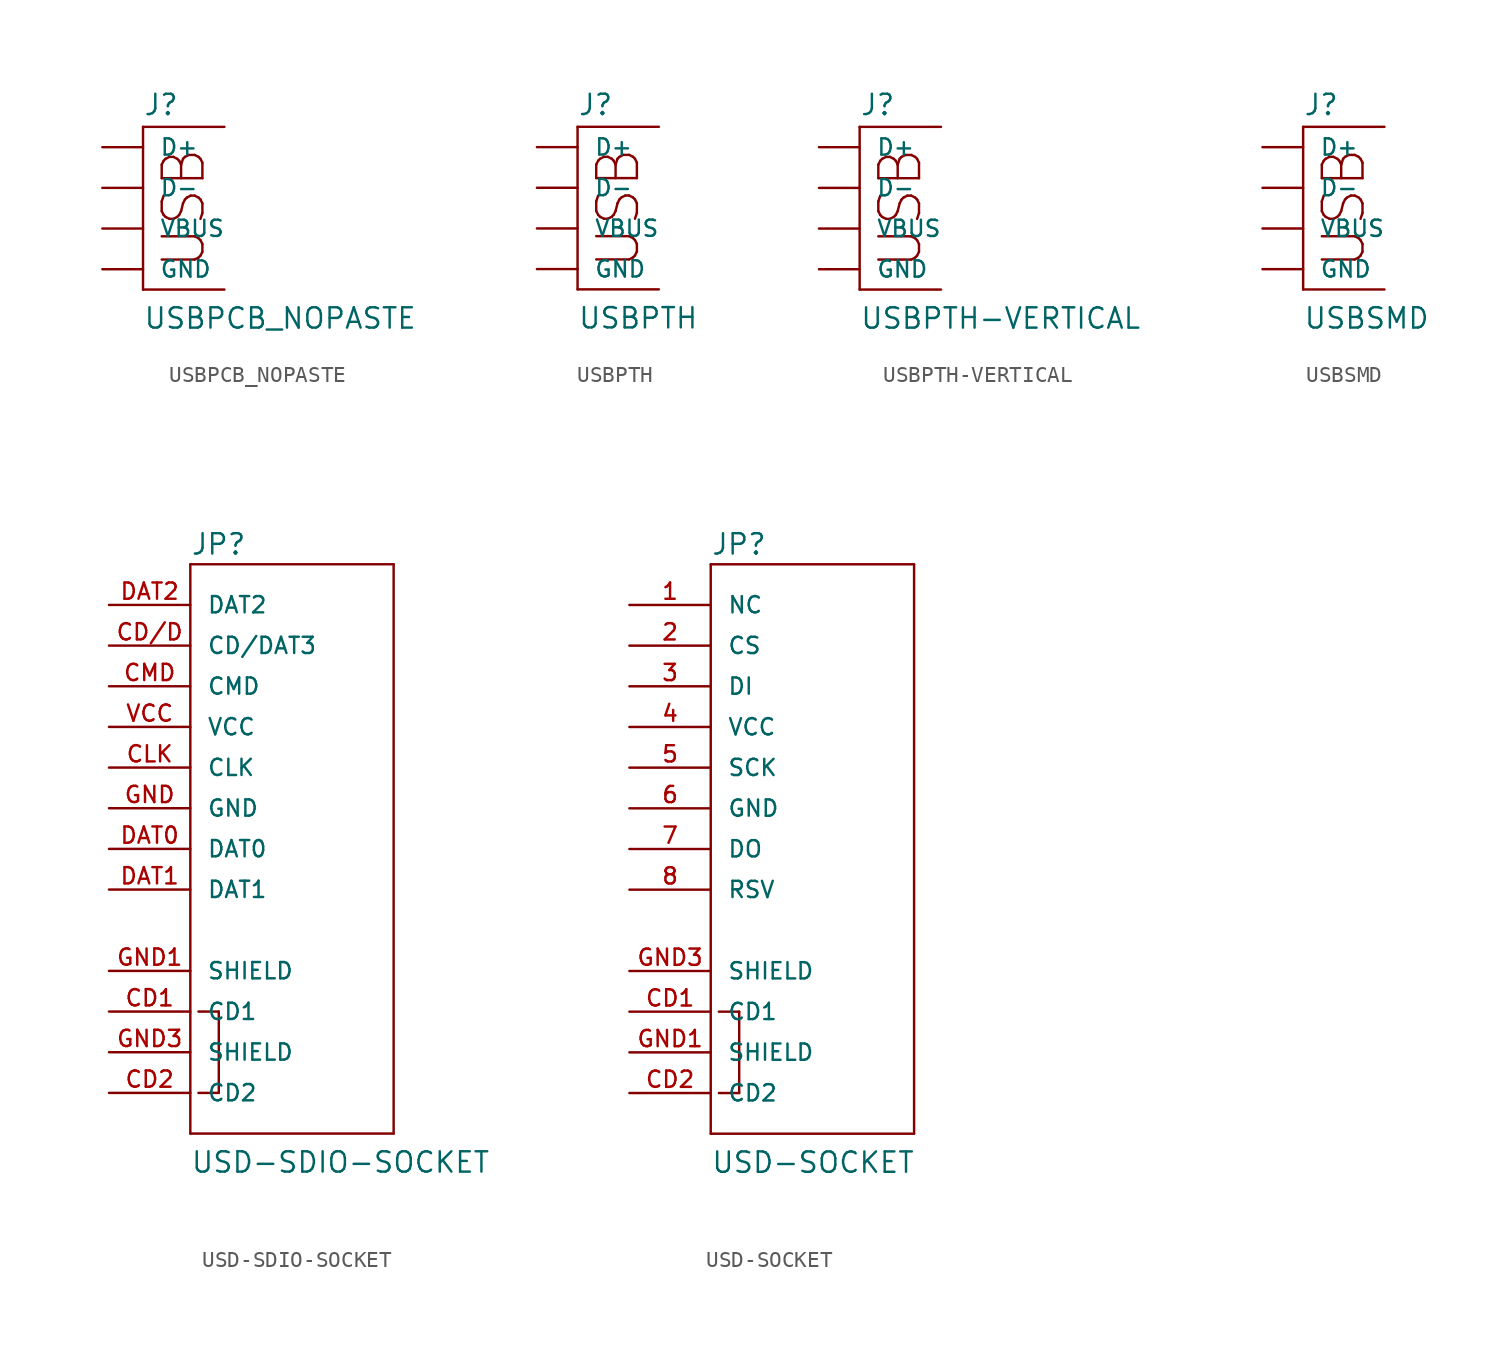
<source format=kicad_sym>
(kicad_symbol_lib
  (version 20211014)
  (generator kicad_symbol_editor)
  (symbol "USBPCB_NOPASTE"
    (pin_numbers hide)
    (pin_names
      (offset 1.016))
    (property "Reference" "J"
      (at 0 9.525 0)
      (effects (font (size 1.27 1.27)) (justify left bottom)))
    (property "Value" "USBPCB_NOPASTE"
      (at 0 -3.81 0)
      (effects (font (size 1.27 1.27)) (justify left bottom)))
    (property "Datasheet" ""
      (at 0 0 0)
      (effects (font (size 1.524 1.524))))
    (property "ki_locked" ""
      (at 0 0 0)
      (effects (font (size 1.27 1.27))))
    (symbol "USBPCB_NOPASTE_1_0"
      (polyline (pts (xy 0 -1.27) (xy 5.08 -1.27)) (stroke (width 0) (type default) (color 0 0 0 0)) (fill (type none)))
      (polyline (pts (xy 0 8.89) (xy 0 -1.27)) (stroke (width 0) (type default) (color 0 0 0 0)) (fill (type none)))
      (polyline (pts (xy 5.08 8.89) (xy 0 8.89)) (stroke (width 0) (type default) (color 0 0 0 0)) (fill (type none)))
      (text "USB" (at 2.54 3.81 900) (effects (font (size 2.54 2.54)))))
    (symbol "USBPCB_NOPASTE_1_1"
      (pin bidirectional line (at -2.54 2.54 0) (length 2.54) (name "VBUS" (effects (font (size 1.016 1.016)))) (number "5V" (effects (font (size 1.016 1.016)))))
      (pin bidirectional line (at -2.54 0 0) (length 2.54) (name "GND" (effects (font (size 1.016 1.016)))) (number "GND" (effects (font (size 1.016 1.016)))))
      (pin bidirectional line (at -2.54 7.62 0) (length 2.54) (name "D+" (effects (font (size 1.016 1.016)))) (number "USB_" (effects (font (size 1.016 1.016)))))
      (pin bidirectional line (at -2.54 5.08 0) (length 2.54) (name "D-" (effects (font (size 1.016 1.016)))) (number "USB_" (effects (font (size 1.016 1.016)))))))
  (symbol "USBPTH"
    (pin_numbers hide)
    (pin_names
      (offset 1.016))
    (property "Reference" "J"
      (at 0 9.525 0)
      (effects (font (size 1.27 1.27)) (justify left bottom)))
    (property "Value" "USBPTH"
      (at 0 -3.81 0)
      (effects (font (size 1.27 1.27)) (justify left bottom)))
    (property "Datasheet" ""
      (at 0 0 0)
      (effects (font (size 1.524 1.524))))
    (property "ki_locked" ""
      (at 0 0 0)
      (effects (font (size 1.27 1.27))))
    (symbol "USBPTH_1_0"
      (polyline (pts (xy 0 -1.27) (xy 5.08 -1.27)) (stroke (width 0) (type default) (color 0 0 0 0)) (fill (type none)))
      (polyline (pts (xy 0 8.89) (xy 0 -1.27)) (stroke (width 0) (type default) (color 0 0 0 0)) (fill (type none)))
      (polyline (pts (xy 5.08 8.89) (xy 0 8.89)) (stroke (width 0) (type default) (color 0 0 0 0)) (fill (type none)))
      (text "USB" (at 2.54 3.81 900) (effects (font (size 2.54 2.54)))))
    (symbol "USBPTH_1_1"
      (pin bidirectional line (at -2.54 7.62 0) (length 2.54) (name "D+" (effects (font (size 1.016 1.016)))) (number "D+" (effects (font (size 1.016 1.016)))))
      (pin bidirectional line (at -2.54 5.08 0) (length 2.54) (name "D-" (effects (font (size 1.016 1.016)))) (number "D-" (effects (font (size 1.016 1.016)))))
      (pin bidirectional line (at -2.54 0 0) (length 2.54) (name "GND" (effects (font (size 1.016 1.016)))) (number "GND" (effects (font (size 1.016 1.016)))))
      (pin bidirectional line (at -2.54 2.54 0) (length 2.54) (name "VBUS" (effects (font (size 1.016 1.016)))) (number "VBUS" (effects (font (size 1.016 1.016)))))))
  (symbol "USBPTH-VERTICAL"
    (pin_numbers hide)
    (pin_names
      (offset 1.016))
    (property "Reference" "J"
      (at 0 9.525 0)
      (effects (font (size 1.27 1.27)) (justify left bottom)))
    (property "Value" "USBPTH-VERTICAL"
      (at 0 -3.81 0)
      (effects (font (size 1.27 1.27)) (justify left bottom)))
    (property "Datasheet" ""
      (at 0 0 0)
      (effects (font (size 1.524 1.524))))
    (property "ki_locked" ""
      (at 0 0 0)
      (effects (font (size 1.27 1.27))))
    (symbol "USBPTH-VERTICAL_1_0"
      (polyline (pts (xy 0 -1.27) (xy 5.08 -1.27)) (stroke (width 0) (type default) (color 0 0 0 0)) (fill (type none)))
      (polyline (pts (xy 0 8.89) (xy 0 -1.27)) (stroke (width 0) (type default) (color 0 0 0 0)) (fill (type none)))
      (polyline (pts (xy 5.08 8.89) (xy 0 8.89)) (stroke (width 0) (type default) (color 0 0 0 0)) (fill (type none)))
      (text "USB" (at 2.54 3.81 900) (effects (font (size 2.54 2.54)))))
    (symbol "USBPTH-VERTICAL_1_1"
      (pin bidirectional line (at -2.54 7.62 0) (length 2.54) (name "D+" (effects (font (size 1.016 1.016)))) (number "D+" (effects (font (size 1.016 1.016)))))
      (pin bidirectional line (at -2.54 5.08 0) (length 2.54) (name "D-" (effects (font (size 1.016 1.016)))) (number "D-" (effects (font (size 1.016 1.016)))))
      (pin bidirectional line (at -2.54 0 0) (length 2.54) (name "GND" (effects (font (size 1.016 1.016)))) (number "GND" (effects (font (size 1.016 1.016)))))
      (pin bidirectional line (at -2.54 2.54 0) (length 2.54) (name "VBUS" (effects (font (size 1.016 1.016)))) (number "VBUS" (effects (font (size 1.016 1.016)))))))
  (symbol "USBSMD"
    (pin_numbers hide)
    (pin_names
      (offset 1.016))
    (property "Reference" "J"
      (at 0 9.525 0)
      (effects (font (size 1.27 1.27)) (justify left bottom)))
    (property "Value" "USBSMD"
      (at 0 -3.81 0)
      (effects (font (size 1.27 1.27)) (justify left bottom)))
    (property "Datasheet" ""
      (at 0 0 0)
      (effects (font (size 1.524 1.524))))
    (property "ki_locked" ""
      (at 0 0 0)
      (effects (font (size 1.27 1.27))))
    (symbol "USBSMD_1_0"
      (polyline (pts (xy 0 -1.27) (xy 5.08 -1.27)) (stroke (width 0) (type default) (color 0 0 0 0)) (fill (type none)))
      (polyline (pts (xy 0 8.89) (xy 0 -1.27)) (stroke (width 0) (type default) (color 0 0 0 0)) (fill (type none)))
      (polyline (pts (xy 5.08 8.89) (xy 0 8.89)) (stroke (width 0) (type default) (color 0 0 0 0)) (fill (type none)))
      (text "USB" (at 2.54 3.81 900) (effects (font (size 2.54 2.54)))))
    (symbol "USBSMD_1_1"
      (pin bidirectional line (at -2.54 7.62 0) (length 2.54) (name "D+" (effects (font (size 1.016 1.016)))) (number "D+" (effects (font (size 1.016 1.016)))))
      (pin bidirectional line (at -2.54 5.08 0) (length 2.54) (name "D-" (effects (font (size 1.016 1.016)))) (number "D-" (effects (font (size 1.016 1.016)))))
      (pin bidirectional line (at -2.54 0 0) (length 2.54) (name "GND" (effects (font (size 1.016 1.016)))) (number "GND" (effects (font (size 1.016 1.016)))))
      (pin bidirectional line (at -2.54 2.54 0) (length 2.54) (name "VBUS" (effects (font (size 1.016 1.016)))) (number "VBUS" (effects (font (size 1.016 1.016)))))))
  (symbol "USD-SDIO-SOCKET"
    (pin_names
      (offset 1.016))
    (property "Reference" "JP"
      (at 0 36.068 0)
      (effects (font (size 1.27 1.27)) (justify left bottom)))
    (property "Value" "USD-SDIO-SOCKET"
      (at 0 -2.54 0)
      (effects (font (size 1.27 1.27)) (justify left bottom)))
    (property "Datasheet" ""
      (at 0 0 0)
      (effects (font (size 1.524 1.524))))
    (property "ki_locked" ""
      (at 0 0 0)
      (effects (font (size 1.27 1.27))))
    (symbol "USD-SDIO-SOCKET_1_0"
      (polyline (pts (xy 0 0) (xy 0 35.56)) (stroke (width 0) (type default) (color 0 0 0 0)) (fill (type none)))
      (polyline (pts (xy 0 35.56) (xy 12.7 35.56)) (stroke (width 0) (type default) (color 0 0 0 0)) (fill (type none)))
      (polyline (pts (xy 1.778 2.54) (xy 0.508 2.54)) (stroke (width 0) (type default) (color 0 0 0 0)) (fill (type none)))
      (polyline (pts (xy 1.778 7.62) (xy 0.508 7.62)) (stroke (width 0) (type default) (color 0 0 0 0)) (fill (type none)))
      (polyline (pts (xy 1.778 7.62) (xy 1.778 2.54)) (stroke (width 0) (type default) (color 0 0 0 0)) (fill (type none)))
      (polyline (pts (xy 12.7 0) (xy 0 0)) (stroke (width 0) (type default) (color 0 0 0 0)) (fill (type none)))
      (polyline (pts (xy 12.7 35.56) (xy 12.7 0)) (stroke (width 0) (type default) (color 0 0 0 0)) (fill (type none))))
    (symbol "USD-SDIO-SOCKET_1_1"
      (pin bidirectional line (at -5.08 30.48 0) (length 5.08) (name "CD/DAT3" (effects (font (size 1.016 1.016)))) (number "CD/D" (effects (font (size 1.016 1.016)))))
      (pin bidirectional line (at -5.08 7.62 0) (length 5.08) (name "CD1" (effects (font (size 1.016 1.016)))) (number "CD1" (effects (font (size 1.016 1.016)))))
      (pin bidirectional line (at -5.08 2.54 0) (length 5.08) (name "CD2" (effects (font (size 1.016 1.016)))) (number "CD2" (effects (font (size 1.016 1.016)))))
      (pin bidirectional line (at -5.08 22.86 0) (length 5.08) (name "CLK" (effects (font (size 1.016 1.016)))) (number "CLK" (effects (font (size 1.016 1.016)))))
      (pin bidirectional line (at -5.08 27.94 0) (length 5.08) (name "CMD" (effects (font (size 1.016 1.016)))) (number "CMD" (effects (font (size 1.016 1.016)))))
      (pin bidirectional line (at -5.08 17.78 0) (length 5.08) (name "DAT0" (effects (font (size 1.016 1.016)))) (number "DAT0" (effects (font (size 1.016 1.016)))))
      (pin bidirectional line (at -5.08 15.24 0) (length 5.08) (name "DAT1" (effects (font (size 1.016 1.016)))) (number "DAT1" (effects (font (size 1.016 1.016)))))
      (pin bidirectional line (at -5.08 33.02 0) (length 5.08) (name "DAT2" (effects (font (size 1.016 1.016)))) (number "DAT2" (effects (font (size 1.016 1.016)))))
      (pin bidirectional line (at -5.08 20.32 0) (length 5.08) (name "GND" (effects (font (size 1.016 1.016)))) (number "GND" (effects (font (size 1.016 1.016)))))
      (pin bidirectional line (at -5.08 10.16 0) (length 5.08) (name "SHIELD" (effects (font (size 1.016 1.016)))) (number "GND1" (effects (font (size 1.016 1.016)))))
      (pin bidirectional line (at -5.08 5.08 0) (length 5.08) (name "SHIELD" (effects (font (size 1.016 1.016)))) (number "GND3" (effects (font (size 1.016 1.016)))))
      (pin bidirectional line (at -5.08 25.4 0) (length 5.08) (name "VCC" (effects (font (size 1.016 1.016)))) (number "VCC" (effects (font (size 1.016 1.016)))))))
  (symbol "USD-SOCKET"
    (pin_names
      (offset 1.016))
    (property "Reference" "JP"
      (at -2.54 15.748 0)
      (effects (font (size 1.27 1.27)) (justify left bottom)))
    (property "Value" "USD-SOCKET"
      (at -2.54 -22.86 0)
      (effects (font (size 1.27 1.27)) (justify left bottom)))
    (property "Datasheet" ""
      (at 0 0 0)
      (effects (font (size 1.524 1.524))))
    (property "ki_locked" ""
      (at 0 0 0)
      (effects (font (size 1.27 1.27))))
    (symbol "USD-SOCKET_1_0"
      (polyline (pts (xy -2.54 -20.32) (xy -2.54 15.24)) (stroke (width 0) (type default) (color 0 0 0 0)) (fill (type none)))
      (polyline (pts (xy -2.54 15.24) (xy 10.16 15.24)) (stroke (width 0) (type default) (color 0 0 0 0)) (fill (type none)))
      (polyline (pts (xy -0.762 -17.78) (xy -2.032 -17.78)) (stroke (width 0) (type default) (color 0 0 0 0)) (fill (type none)))
      (polyline (pts (xy -0.762 -12.7) (xy -2.032 -12.7)) (stroke (width 0) (type default) (color 0 0 0 0)) (fill (type none)))
      (polyline (pts (xy -0.762 -12.7) (xy -0.762 -17.78)) (stroke (width 0) (type default) (color 0 0 0 0)) (fill (type none)))
      (polyline (pts (xy 10.16 -20.32) (xy -2.54 -20.32)) (stroke (width 0) (type default) (color 0 0 0 0)) (fill (type none)))
      (polyline (pts (xy 10.16 15.24) (xy 10.16 -20.32)) (stroke (width 0) (type default) (color 0 0 0 0)) (fill (type none))))
    (symbol "USD-SOCKET_1_1"
      (pin bidirectional line (at -7.62 12.7 0) (length 5.08) (name "NC" (effects (font (size 1.016 1.016)))) (number "1" (effects (font (size 1.016 1.016)))))
      (pin bidirectional line (at -7.62 10.16 0) (length 5.08) (name "CS" (effects (font (size 1.016 1.016)))) (number "2" (effects (font (size 1.016 1.016)))))
      (pin bidirectional line (at -7.62 7.62 0) (length 5.08) (name "DI" (effects (font (size 1.016 1.016)))) (number "3" (effects (font (size 1.016 1.016)))))
      (pin bidirectional line (at -7.62 5.08 0) (length 5.08) (name "VCC" (effects (font (size 1.016 1.016)))) (number "4" (effects (font (size 1.016 1.016)))))
      (pin bidirectional line (at -7.62 2.54 0) (length 5.08) (name "SCK" (effects (font (size 1.016 1.016)))) (number "5" (effects (font (size 1.016 1.016)))))
      (pin bidirectional line (at -7.62 0 0) (length 5.08) (name "GND" (effects (font (size 1.016 1.016)))) (number "6" (effects (font (size 1.016 1.016)))))
      (pin bidirectional line (at -7.62 -2.54 0) (length 5.08) (name "DO" (effects (font (size 1.016 1.016)))) (number "7" (effects (font (size 1.016 1.016)))))
      (pin bidirectional line (at -7.62 -5.08 0) (length 5.08) (name "RSV" (effects (font (size 1.016 1.016)))) (number "8" (effects (font (size 1.016 1.016)))))
      (pin bidirectional line (at -7.62 -12.7 0) (length 5.08) (name "CD1" (effects (font (size 1.016 1.016)))) (number "CD1" (effects (font (size 1.016 1.016)))))
      (pin bidirectional line (at -7.62 -17.78 0) (length 5.08) (name "CD2" (effects (font (size 1.016 1.016)))) (number "CD2" (effects (font (size 1.016 1.016)))))
      (pin bidirectional line (at -7.62 -15.24 0) (length 5.08) (name "SHIELD" (effects (font (size 1.016 1.016)))) (number "GND1" (effects (font (size 1.016 1.016)))))
      (pin bidirectional line (at -7.62 -10.16 0) (length 5.08) (name "SHIELD" (effects (font (size 1.016 1.016)))) (number "GND3" (effects (font (size 1.016 1.016))))))))
</source>
